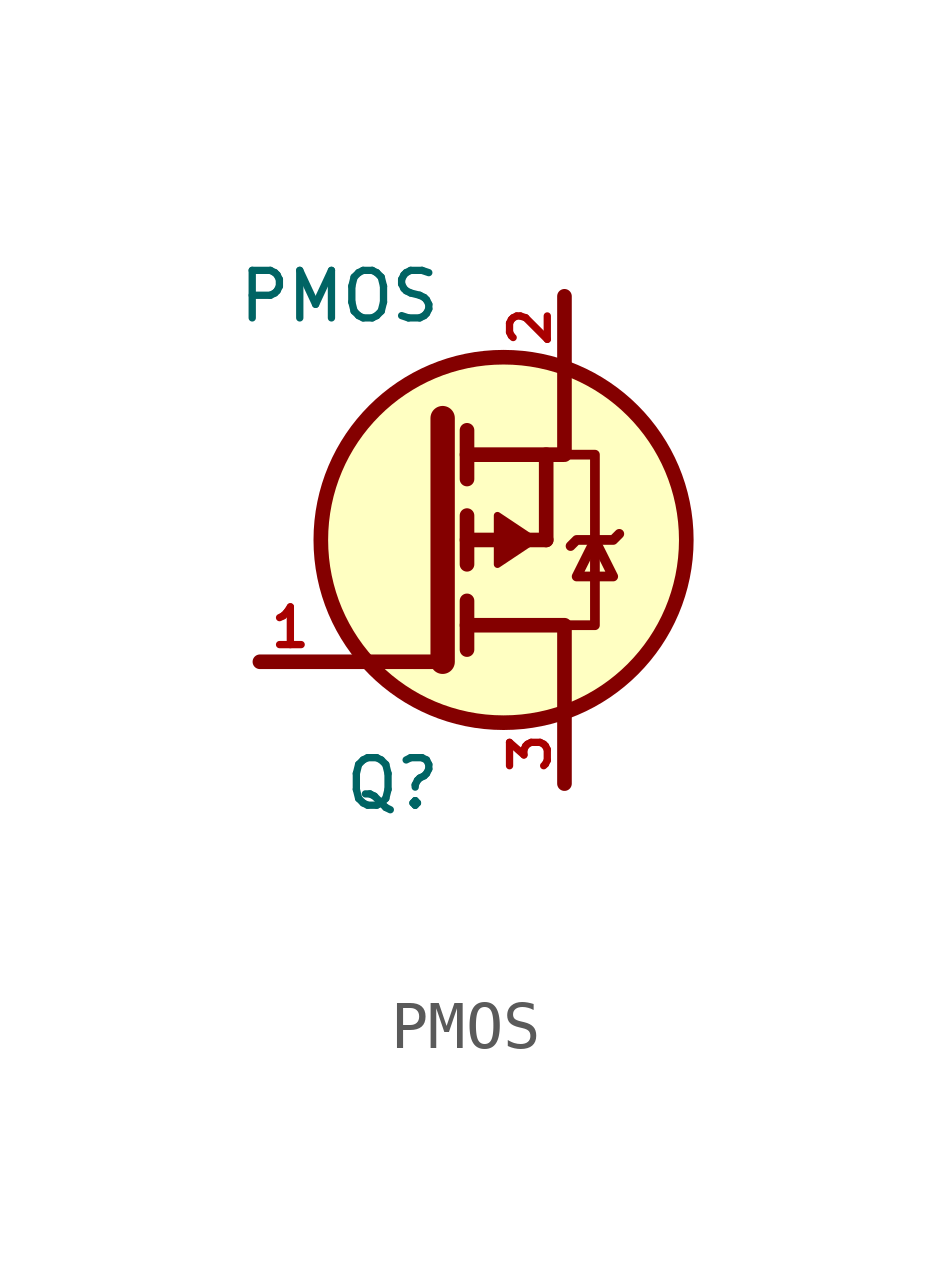
<source format=kicad_sym>
(kicad_symbol_lib
  (version 20220914)
  (generator kicad_symbol_editor)
  (symbol "PMOS"
    (pin_names
      (offset 1.016) hide)
    (property "Reference" "Q"
      (at 0 -5.08 0)
      (effects (font (size 0.991 0.991)) (justify right)))
    (property "Value" "PMOS"
      (at 0 5.08 0)
      (effects (font (size 0.991 0.991)) (justify right)))
    (property "Footprint" ""
      (at -2.54 -7.62 0)
      (effects (font (size 1.524 1.524))))
    (property "Datasheet" ""
      (at 0 -5.08 0)
      (effects (font (size 1.524 1.524))))
    (symbol "PMOS_0_0"
      (polyline (pts (xy 0 -2.54) (xy -3.81 -2.54)) (stroke (width 0.305) (type default)) (fill (type none)))
      (polyline (pts (xy 0 2.54) (xy 0 -2.54)) (stroke (width 0.508) (type default)) (fill (type none)))
      (polyline (pts (xy 0.508 -1.27) (xy 0.508 -2.286)) (stroke (width 0.305) (type default)) (fill (type none)))
      (polyline (pts (xy 0.508 0.508) (xy 0.508 -0.508)) (stroke (width 0.305) (type default)) (fill (type none)))
      (polyline (pts (xy 0.508 2.286) (xy 0.508 1.27)) (stroke (width 0.305) (type default)) (fill (type none)))
      (polyline (pts (xy 2.159 0) (xy 0.508 0)) (stroke (width 0.305) (type default)) (fill (type none)))
      (polyline (pts (xy 2.159 0) (xy 2.159 1.778)) (stroke (width 0.305) (type default)) (fill (type none)))
      (polyline (pts (xy 0.508 -1.778) (xy 2.54 -1.778) (xy 2.54 -5.08)) (stroke (width 0.305) (type default)) (fill (type none)))
      (polyline (pts (xy 0.508 1.778) (xy 2.54 1.778) (xy 2.54 5.08)) (stroke (width 0.305) (type default)) (fill (type none)))
      (polyline (pts (xy 1.905 0) (xy 1.143 0.508) (xy 1.143 -0.508) (xy 1.905 0)) (stroke (width 0) (type default)) (fill (type outline)))
      (polyline (pts (xy 2.54 -1.778) (xy 3.175 -1.778) (xy 3.175 1.778) (xy 2.54 1.778)) (stroke (width 0.203) (type default)) (fill (type none)))
      (polyline (pts (xy 3.175 0) (xy 2.794 -0.762) (xy 3.556 -0.762) (xy 3.175 0)) (stroke (width 0.203) (type default)) (fill (type none)))
      (polyline (pts (xy 3.683 0.127) (xy 3.556 0) (xy 2.794 0) (xy 2.667 -0.127)) (stroke (width 0.203) (type default)) (fill (type none)))
      (circle (center 1.27 0) (radius 3.81) (stroke (width 0.305) (type default)) (fill (type background)))
      (pin input line (at -3.81 -2.54 0) (length 1.27) (name "G" (effects (font (size 0.787 0.787)))) (number "1" (effects (font (size 0.787 0.787))))))
    (symbol "PMOS_1_0"
      (pin passive line (at 2.54 5.08 270) (length 1.27) (name "S" (effects (font (size 0.787 0.787)))) (number "2" (effects (font (size 0.787 0.787)))))
      (pin passive line (at 2.54 -5.08 90) (length 1.27) (name "D" (effects (font (size 0.787 0.787)))) (number "3" (effects (font (size 0.787 0.787))))))))
</source>
